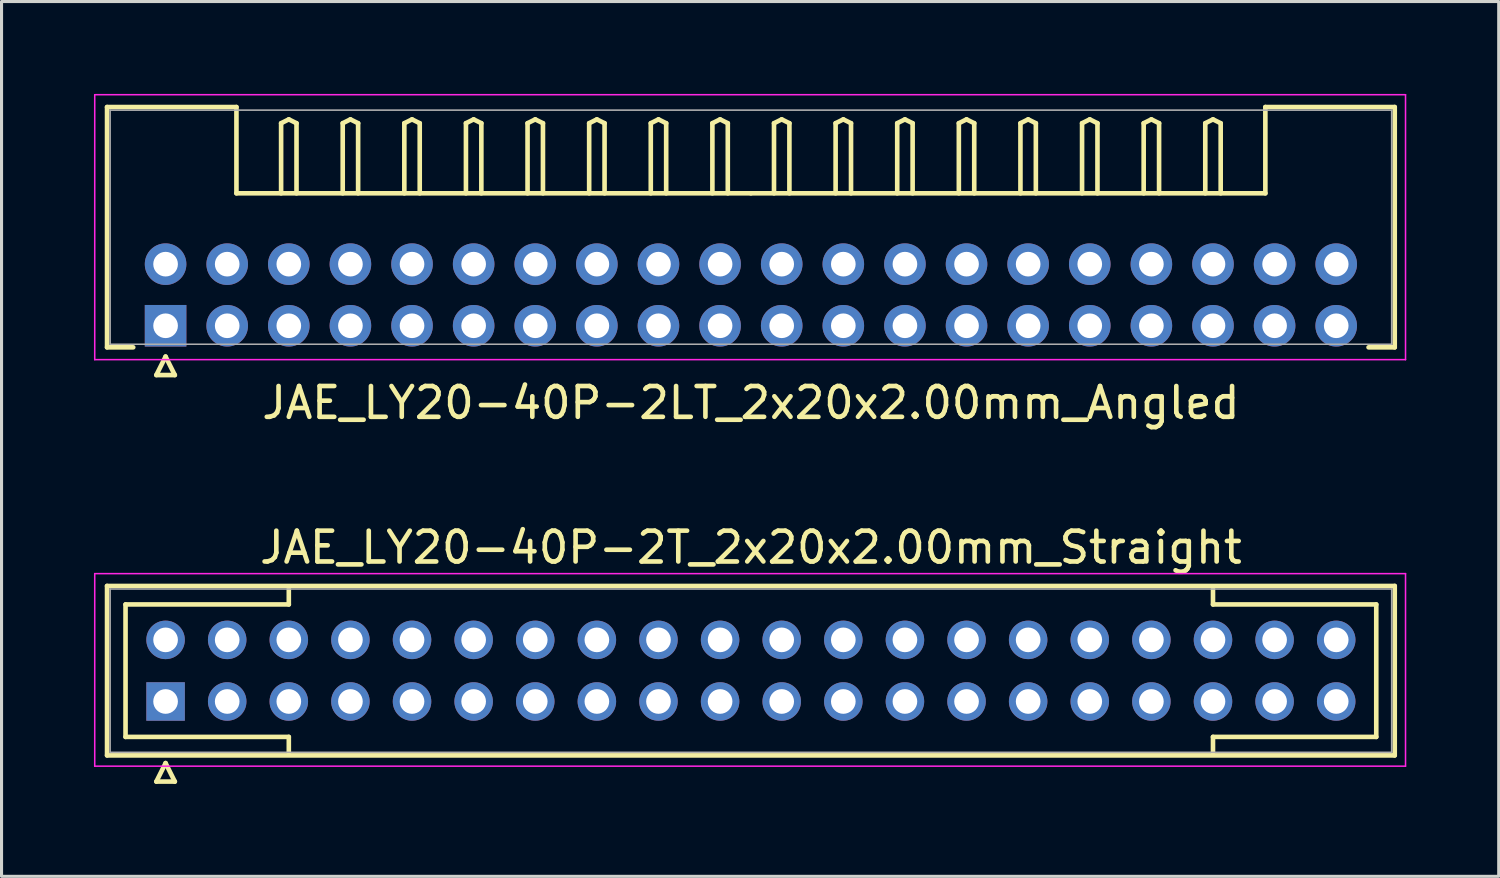
<source format=kicad_pcb>
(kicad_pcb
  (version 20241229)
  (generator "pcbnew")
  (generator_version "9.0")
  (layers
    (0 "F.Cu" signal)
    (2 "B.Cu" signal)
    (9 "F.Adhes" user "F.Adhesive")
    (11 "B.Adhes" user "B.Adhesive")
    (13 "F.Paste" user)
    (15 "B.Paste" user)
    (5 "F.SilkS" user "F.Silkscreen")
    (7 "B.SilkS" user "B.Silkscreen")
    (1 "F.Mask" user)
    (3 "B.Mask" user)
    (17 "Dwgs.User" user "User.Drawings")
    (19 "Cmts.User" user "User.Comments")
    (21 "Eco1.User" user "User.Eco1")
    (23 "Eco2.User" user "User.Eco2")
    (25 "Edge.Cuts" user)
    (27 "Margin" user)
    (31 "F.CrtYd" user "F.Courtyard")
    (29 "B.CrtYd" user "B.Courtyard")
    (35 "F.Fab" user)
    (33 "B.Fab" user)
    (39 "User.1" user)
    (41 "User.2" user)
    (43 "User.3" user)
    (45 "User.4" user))
  (footprint "JAE_LY20-40P-2T_2x20x2.00mm_Straight"
    (layer "F.Cu")
    (at 2.325 19.721)
    (property "Reference" "JAE_LY20-40P-2T_2x20x2.00mm_Straight" (at 19 -5 0) (layer "F.SilkS") (effects (font (size 1 1) (thickness 0.15))))
    (attr through_hole)
    (fp_line (start -1.9 -3.75) (end -1.9 1.75) (stroke (width 0.15) (type solid)) (layer "F.SilkS"))
    (fp_line (start -1.9 1.75) (end 39.9 1.75) (stroke (width 0.15) (type solid)) (layer "F.SilkS"))
    (fp_line (start -1.3 -3.15) (end 4 -3.15) (stroke (width 0.15) (type solid)) (layer "F.SilkS"))
    (fp_line (start -1.3 1.15) (end -1.3 -3.15) (stroke (width 0.15) (type solid)) (layer "F.SilkS"))
    (fp_line (start -0.3 2.6) (end 0.3 2.6) (stroke (width 0.15) (type solid)) (layer "F.SilkS"))
    (fp_line (start 0 2) (end -0.3 2.6) (stroke (width 0.15) (type solid)) (layer "F.SilkS"))
    (fp_line (start 0.3 2.6) (end 0 2) (stroke (width 0.15) (type solid)) (layer "F.SilkS"))
    (fp_line (start 4 -3.15) (end 4 -3.65) (stroke (width 0.15) (type solid)) (layer "F.SilkS"))
    (fp_line (start 4 1.15) (end -1.3 1.15) (stroke (width 0.15) (type solid)) (layer "F.SilkS"))
    (fp_line (start 4 1.65) (end 4 1.15) (stroke (width 0.15) (type solid)) (layer "F.SilkS"))
    (fp_line (start 34 -3.15) (end 34 -3.65) (stroke (width 0.15) (type solid)) (layer "F.SilkS"))
    (fp_line (start 34 1.15) (end 39.3 1.15) (stroke (width 0.15) (type solid)) (layer "F.SilkS"))
    (fp_line (start 34 1.65) (end 34 1.15) (stroke (width 0.15) (type solid)) (layer "F.SilkS"))
    (fp_line (start 39.3 -3.15) (end 34 -3.15) (stroke (width 0.15) (type solid)) (layer "F.SilkS"))
    (fp_line (start 39.3 1.15) (end 39.3 -3.15) (stroke (width 0.15) (type solid)) (layer "F.SilkS"))
    (fp_line (start 39.9 -3.75) (end -1.9 -3.75) (stroke (width 0.15) (type solid)) (layer "F.SilkS"))
    (fp_line (start 39.9 1.75) (end 39.9 -3.75) (stroke (width 0.15) (type solid)) (layer "F.SilkS"))
    (fp_line (start -2.3 -4.15) (end -2.3 2.1) (stroke (width 0.05) (type solid)) (layer "F.CrtYd"))
    (fp_line (start -2.3 2.1) (end 40.25 2.1) (stroke (width 0.05) (type solid)) (layer "F.CrtYd"))
    (fp_line (start 40.25 -4.15) (end -2.3 -4.15) (stroke (width 0.05) (type solid)) (layer "F.CrtYd"))
    (fp_line (start 40.25 2.1) (end 40.25 -4.15) (stroke (width 0.05) (type solid)) (layer "F.CrtYd"))
    (fp_line (start -1.8 -3.65) (end -1.8 1.65) (stroke (width 0.05) (type solid)) (layer "F.Fab"))
    (fp_line (start -1.8 1.65) (end 39.8 1.65) (stroke (width 0.05) (type solid)) (layer "F.Fab"))
    (fp_line (start 39.8 -3.65) (end -1.8 -3.65) (stroke (width 0.05) (type solid)) (layer "F.Fab"))
    (fp_line (start 39.8 1.65) (end 39.8 -3.65) (stroke (width 0.05) (type solid)) (layer "F.Fab"))
    (pad "1" thru_hole rect (at 0 0) (size 1.25 1.25) (drill 0.8) (layers "*.Cu" "*.Mask"))
    (pad "2" thru_hole circle (at 2 0) (size 1.25 1.25) (drill 0.8) (layers "*.Cu" "*.Mask"))
    (pad "3" thru_hole circle (at 4 0) (size 1.25 1.25) (drill 0.8) (layers "*.Cu" "*.Mask"))
    (pad "4" thru_hole circle (at 6 0) (size 1.25 1.25) (drill 0.8) (layers "*.Cu" "*.Mask"))
    (pad "5" thru_hole circle (at 8 0) (size 1.25 1.25) (drill 0.8) (layers "*.Cu" "*.Mask"))
    (pad "6" thru_hole circle (at 10 0) (size 1.25 1.25) (drill 0.8) (layers "*.Cu" "*.Mask"))
    (pad "7" thru_hole circle (at 12 0) (size 1.25 1.25) (drill 0.8) (layers "*.Cu" "*.Mask"))
    (pad "8" thru_hole circle (at 14 0) (size 1.25 1.25) (drill 0.8) (layers "*.Cu" "*.Mask"))
    (pad "9" thru_hole circle (at 16 0) (size 1.25 1.25) (drill 0.8) (layers "*.Cu" "*.Mask"))
    (pad "10" thru_hole circle (at 18 0) (size 1.25 1.25) (drill 0.8) (layers "*.Cu" "*.Mask"))
    (pad "11" thru_hole circle (at 20 0) (size 1.25 1.25) (drill 0.8) (layers "*.Cu" "*.Mask"))
    (pad "12" thru_hole circle (at 22 0) (size 1.25 1.25) (drill 0.8) (layers "*.Cu" "*.Mask"))
    (pad "13" thru_hole circle (at 24 0) (size 1.25 1.25) (drill 0.8) (layers "*.Cu" "*.Mask"))
    (pad "14" thru_hole circle (at 26 0) (size 1.25 1.25) (drill 0.8) (layers "*.Cu" "*.Mask"))
    (pad "15" thru_hole circle (at 28 0) (size 1.25 1.25) (drill 0.8) (layers "*.Cu" "*.Mask"))
    (pad "16" thru_hole circle (at 30 0) (size 1.25 1.25) (drill 0.8) (layers "*.Cu" "*.Mask"))
    (pad "17" thru_hole circle (at 32 0) (size 1.25 1.25) (drill 0.8) (layers "*.Cu" "*.Mask"))
    (pad "18" thru_hole circle (at 34 0) (size 1.25 1.25) (drill 0.8) (layers "*.Cu" "*.Mask"))
    (pad "19" thru_hole circle (at 36 0) (size 1.25 1.25) (drill 0.8) (layers "*.Cu" "*.Mask"))
    (pad "20" thru_hole circle (at 38 0) (size 1.25 1.25) (drill 0.8) (layers "*.Cu" "*.Mask"))
    (pad "21" thru_hole circle (at 0 -2) (size 1.25 1.25) (drill 0.8) (layers "*.Cu" "*.Mask"))
    (pad "22" thru_hole circle (at 2 -2) (size 1.25 1.25) (drill 0.8) (layers "*.Cu" "*.Mask"))
    (pad "23" thru_hole circle (at 4 -2) (size 1.25 1.25) (drill 0.8) (layers "*.Cu" "*.Mask"))
    (pad "24" thru_hole circle (at 6 -2) (size 1.25 1.25) (drill 0.8) (layers "*.Cu" "*.Mask"))
    (pad "25" thru_hole circle (at 8 -2) (size 1.25 1.25) (drill 0.8) (layers "*.Cu" "*.Mask"))
    (pad "26" thru_hole circle (at 10 -2) (size 1.25 1.25) (drill 0.8) (layers "*.Cu" "*.Mask"))
    (pad "27" thru_hole circle (at 12 -2) (size 1.25 1.25) (drill 0.8) (layers "*.Cu" "*.Mask"))
    (pad "28" thru_hole circle (at 14 -2) (size 1.25 1.25) (drill 0.8) (layers "*.Cu" "*.Mask"))
    (pad "29" thru_hole circle (at 16 -2) (size 1.25 1.25) (drill 0.8) (layers "*.Cu" "*.Mask"))
    (pad "30" thru_hole circle (at 18 -2) (size 1.25 1.25) (drill 0.8) (layers "*.Cu" "*.Mask"))
    (pad "31" thru_hole circle (at 20 -2) (size 1.25 1.25) (drill 0.8) (layers "*.Cu" "*.Mask"))
    (pad "32" thru_hole circle (at 22 -2) (size 1.25 1.25) (drill 0.8) (layers "*.Cu" "*.Mask"))
    (pad "33" thru_hole circle (at 24 -2) (size 1.25 1.25) (drill 0.8) (layers "*.Cu" "*.Mask"))
    (pad "34" thru_hole circle (at 26 -2) (size 1.25 1.25) (drill 0.8) (layers "*.Cu" "*.Mask"))
    (pad "35" thru_hole circle (at 28 -2) (size 1.25 1.25) (drill 0.8) (layers "*.Cu" "*.Mask"))
    (pad "36" thru_hole circle (at 30 -2) (size 1.25 1.25) (drill 0.8) (layers "*.Cu" "*.Mask"))
    (pad "37" thru_hole circle (at 32 -2) (size 1.25 1.25) (drill 0.8) (layers "*.Cu" "*.Mask"))
    (pad "38" thru_hole circle (at 34 -2) (size 1.25 1.25) (drill 0.8) (layers "*.Cu" "*.Mask"))
    (pad "39" thru_hole circle (at 36 -2) (size 1.25 1.25) (drill 0.8) (layers "*.Cu" "*.Mask"))
    (pad "40" thru_hole circle (at 38 -2) (size 1.25 1.25) (drill 0.8) (layers "*.Cu" "*.Mask")))
  (footprint "JAE_LY20-40P-2LT_2x20x2.00mm_Angled"
    (layer "F.Cu")
    (at 2.325 7.525)
    (property "Reference" "JAE_LY20-40P-2LT_2x20x2.00mm_Angled" (at 19 2.5 0) (layer "F.SilkS") (effects (font (size 1 1) (thickness 0.15))))
    (attr through_hole)
    (fp_line (start -1.9 -7.1) (end 2.3 -7.1) (stroke (width 0.15) (type solid)) (layer "F.SilkS"))
    (fp_line (start -1.9 0.7) (end -1.9 -7.1) (stroke (width 0.15) (type solid)) (layer "F.SilkS"))
    (fp_line (start -1.05 0.7) (end -1.9 0.7) (stroke (width 0.15) (type solid)) (layer "F.SilkS"))
    (fp_line (start -0.3 1.6) (end 0.3 1.6) (stroke (width 0.15) (type solid)) (layer "F.SilkS"))
    (fp_line (start 0 1) (end -0.3 1.6) (stroke (width 0.15) (type solid)) (layer "F.SilkS"))
    (fp_line (start 0.3 1.6) (end 0 1) (stroke (width 0.15) (type solid)) (layer "F.SilkS"))
    (fp_line (start 2.3 -7.1) (end 2.3 -4.3) (stroke (width 0.15) (type solid)) (layer "F.SilkS"))
    (fp_line (start 2.3 -4.3) (end 19 -4.3) (stroke (width 0.15) (type solid)) (layer "F.SilkS"))
    (fp_line (start 3.75 -6.575) (end 4 -6.7) (stroke (width 0.15) (type solid)) (layer "F.SilkS"))
    (fp_line (start 3.75 -4.3) (end 3.75 -6.575) (stroke (width 0.15) (type solid)) (layer "F.SilkS"))
    (fp_line (start 4 -6.7) (end 4.25 -6.575) (stroke (width 0.15) (type solid)) (layer "F.SilkS"))
    (fp_line (start 4.25 -6.575) (end 4.25 -4.3) (stroke (width 0.15) (type solid)) (layer "F.SilkS"))
    (fp_line (start 5.75 -6.575) (end 6 -6.7) (stroke (width 0.15) (type solid)) (layer "F.SilkS"))
    (fp_line (start 5.75 -4.3) (end 5.75 -6.575) (stroke (width 0.15) (type solid)) (layer "F.SilkS"))
    (fp_line (start 6 -6.7) (end 6.25 -6.575) (stroke (width 0.15) (type solid)) (layer "F.SilkS"))
    (fp_line (start 6.25 -6.575) (end 6.25 -4.3) (stroke (width 0.15) (type solid)) (layer "F.SilkS"))
    (fp_line (start 7.75 -6.575) (end 8 -6.7) (stroke (width 0.15) (type solid)) (layer "F.SilkS"))
    (fp_line (start 7.75 -4.3) (end 7.75 -6.575) (stroke (width 0.15) (type solid)) (layer "F.SilkS"))
    (fp_line (start 8 -6.7) (end 8.25 -6.575) (stroke (width 0.15) (type solid)) (layer "F.SilkS"))
    (fp_line (start 8.25 -6.575) (end 8.25 -4.3) (stroke (width 0.15) (type solid)) (layer "F.SilkS"))
    (fp_line (start 9.75 -6.575) (end 10 -6.7) (stroke (width 0.15) (type solid)) (layer "F.SilkS"))
    (fp_line (start 9.75 -4.3) (end 9.75 -6.575) (stroke (width 0.15) (type solid)) (layer "F.SilkS"))
    (fp_line (start 10 -6.7) (end 10.25 -6.575) (stroke (width 0.15) (type solid)) (layer "F.SilkS"))
    (fp_line (start 10.25 -6.575) (end 10.25 -4.3) (stroke (width 0.15) (type solid)) (layer "F.SilkS"))
    (fp_line (start 11.75 -6.575) (end 12 -6.7) (stroke (width 0.15) (type solid)) (layer "F.SilkS"))
    (fp_line (start 11.75 -4.3) (end 11.75 -6.575) (stroke (width 0.15) (type solid)) (layer "F.SilkS"))
    (fp_line (start 12 -6.7) (end 12.25 -6.575) (stroke (width 0.15) (type solid)) (layer "F.SilkS"))
    (fp_line (start 12.25 -6.575) (end 12.25 -4.3) (stroke (width 0.15) (type solid)) (layer "F.SilkS"))
    (fp_line (start 13.75 -6.575) (end 14 -6.7) (stroke (width 0.15) (type solid)) (layer "F.SilkS"))
    (fp_line (start 13.75 -4.3) (end 13.75 -6.575) (stroke (width 0.15) (type solid)) (layer "F.SilkS"))
    (fp_line (start 14 -6.7) (end 14.25 -6.575) (stroke (width 0.15) (type solid)) (layer "F.SilkS"))
    (fp_line (start 14.25 -6.575) (end 14.25 -4.3) (stroke (width 0.15) (type solid)) (layer "F.SilkS"))
    (fp_line (start 15.75 -6.575) (end 16 -6.7) (stroke (width 0.15) (type solid)) (layer "F.SilkS"))
    (fp_line (start 15.75 -4.3) (end 15.75 -6.575) (stroke (width 0.15) (type solid)) (layer "F.SilkS"))
    (fp_line (start 16 -6.7) (end 16.25 -6.575) (stroke (width 0.15) (type solid)) (layer "F.SilkS"))
    (fp_line (start 16.25 -6.575) (end 16.25 -4.3) (stroke (width 0.15) (type solid)) (layer "F.SilkS"))
    (fp_line (start 17.75 -6.575) (end 18 -6.7) (stroke (width 0.15) (type solid)) (layer "F.SilkS"))
    (fp_line (start 17.75 -4.3) (end 17.75 -6.575) (stroke (width 0.15) (type solid)) (layer "F.SilkS"))
    (fp_line (start 18 -6.7) (end 18.25 -6.575) (stroke (width 0.15) (type solid)) (layer "F.SilkS"))
    (fp_line (start 18.25 -6.575) (end 18.25 -4.3) (stroke (width 0.15) (type solid)) (layer "F.SilkS"))
    (fp_line (start 19.75 -6.575) (end 20 -6.7) (stroke (width 0.15) (type solid)) (layer "F.SilkS"))
    (fp_line (start 19.75 -4.3) (end 19.75 -6.575) (stroke (width 0.15) (type solid)) (layer "F.SilkS"))
    (fp_line (start 20 -6.7) (end 20.25 -6.575) (stroke (width 0.15) (type solid)) (layer "F.SilkS"))
    (fp_line (start 20.25 -6.575) (end 20.25 -4.3) (stroke (width 0.15) (type solid)) (layer "F.SilkS"))
    (fp_line (start 21.75 -6.575) (end 22 -6.7) (stroke (width 0.15) (type solid)) (layer "F.SilkS"))
    (fp_line (start 21.75 -4.3) (end 21.75 -6.575) (stroke (width 0.15) (type solid)) (layer "F.SilkS"))
    (fp_line (start 22 -6.7) (end 22.25 -6.575) (stroke (width 0.15) (type solid)) (layer "F.SilkS"))
    (fp_line (start 22.25 -6.575) (end 22.25 -4.3) (stroke (width 0.15) (type solid)) (layer "F.SilkS"))
    (fp_line (start 23.75 -6.575) (end 24 -6.7) (stroke (width 0.15) (type solid)) (layer "F.SilkS"))
    (fp_line (start 23.75 -4.3) (end 23.75 -6.575) (stroke (width 0.15) (type solid)) (layer "F.SilkS"))
    (fp_line (start 24 -6.7) (end 24.25 -6.575) (stroke (width 0.15) (type solid)) (layer "F.SilkS"))
    (fp_line (start 24.25 -6.575) (end 24.25 -4.3) (stroke (width 0.15) (type solid)) (layer "F.SilkS"))
    (fp_line (start 25.75 -6.575) (end 26 -6.7) (stroke (width 0.15) (type solid)) (layer "F.SilkS"))
    (fp_line (start 25.75 -4.3) (end 25.75 -6.575) (stroke (width 0.15) (type solid)) (layer "F.SilkS"))
    (fp_line (start 26 -6.7) (end 26.25 -6.575) (stroke (width 0.15) (type solid)) (layer "F.SilkS"))
    (fp_line (start 26.25 -6.575) (end 26.25 -4.3) (stroke (width 0.15) (type solid)) (layer "F.SilkS"))
    (fp_line (start 27.75 -6.575) (end 28 -6.7) (stroke (width 0.15) (type solid)) (layer "F.SilkS"))
    (fp_line (start 27.75 -4.3) (end 27.75 -6.575) (stroke (width 0.15) (type solid)) (layer "F.SilkS"))
    (fp_line (start 28 -6.7) (end 28.25 -6.575) (stroke (width 0.15) (type solid)) (layer "F.SilkS"))
    (fp_line (start 28.25 -6.575) (end 28.25 -4.3) (stroke (width 0.15) (type solid)) (layer "F.SilkS"))
    (fp_line (start 29.75 -6.575) (end 30 -6.7) (stroke (width 0.15) (type solid)) (layer "F.SilkS"))
    (fp_line (start 29.75 -4.3) (end 29.75 -6.575) (stroke (width 0.15) (type solid)) (layer "F.SilkS"))
    (fp_line (start 30 -6.7) (end 30.25 -6.575) (stroke (width 0.15) (type solid)) (layer "F.SilkS"))
    (fp_line (start 30.25 -6.575) (end 30.25 -4.3) (stroke (width 0.15) (type solid)) (layer "F.SilkS"))
    (fp_line (start 31.75 -6.575) (end 32 -6.7) (stroke (width 0.15) (type solid)) (layer "F.SilkS"))
    (fp_line (start 31.75 -4.3) (end 31.75 -6.575) (stroke (width 0.15) (type solid)) (layer "F.SilkS"))
    (fp_line (start 32 -6.7) (end 32.25 -6.575) (stroke (width 0.15) (type solid)) (layer "F.SilkS"))
    (fp_line (start 32.25 -6.575) (end 32.25 -4.3) (stroke (width 0.15) (type solid)) (layer "F.SilkS"))
    (fp_line (start 33.75 -6.575) (end 34 -6.7) (stroke (width 0.15) (type solid)) (layer "F.SilkS"))
    (fp_line (start 33.75 -4.3) (end 33.75 -6.575) (stroke (width 0.15) (type solid)) (layer "F.SilkS"))
    (fp_line (start 34 -6.7) (end 34.25 -6.575) (stroke (width 0.15) (type solid)) (layer "F.SilkS"))
    (fp_line (start 34.25 -6.575) (end 34.25 -4.3) (stroke (width 0.15) (type solid)) (layer "F.SilkS"))
    (fp_line (start 35.7 -7.1) (end 35.7 -4.3) (stroke (width 0.15) (type solid)) (layer "F.SilkS"))
    (fp_line (start 35.7 -4.3) (end 19 -4.3) (stroke (width 0.15) (type solid)) (layer "F.SilkS"))
    (fp_line (start 39.05 0.7) (end 39.9 0.7) (stroke (width 0.15) (type solid)) (layer "F.SilkS"))
    (fp_line (start 39.9 -7.1) (end 35.7 -7.1) (stroke (width 0.15) (type solid)) (layer "F.SilkS"))
    (fp_line (start 39.9 0.7) (end 39.9 -7.1) (stroke (width 0.15) (type solid)) (layer "F.SilkS"))
    (fp_line (start -2.3 -7.5) (end -2.3 1.1) (stroke (width 0.05) (type solid)) (layer "F.CrtYd"))
    (fp_line (start -2.3 1.1) (end 40.25 1.1) (stroke (width 0.05) (type solid)) (layer "F.CrtYd"))
    (fp_line (start 40.25 -7.5) (end -2.3 -7.5) (stroke (width 0.05) (type solid)) (layer "F.CrtYd"))
    (fp_line (start 40.25 1.1) (end 40.25 -7.5) (stroke (width 0.05) (type solid)) (layer "F.CrtYd"))
    (fp_line (start -1.8 -7) (end -1.8 0.6) (stroke (width 0.05) (type solid)) (layer "F.Fab"))
    (fp_line (start -1.8 0.6) (end 39.8 0.6) (stroke (width 0.05) (type solid)) (layer "F.Fab"))
    (fp_line (start 39.8 -7) (end -1.8 -7) (stroke (width 0.05) (type solid)) (layer "F.Fab"))
    (fp_line (start 39.8 0.6) (end 39.8 -7) (stroke (width 0.05) (type solid)) (layer "F.Fab"))
    (pad "1" thru_hole rect (at 0 0) (size 1.35 1.35) (drill 0.8) (layers "*.Cu" "*.Mask"))
    (pad "2" thru_hole circle (at 2 0) (size 1.35 1.35) (drill 0.8) (layers "*.Cu" "*.Mask"))
    (pad "3" thru_hole circle (at 4 0) (size 1.35 1.35) (drill 0.8) (layers "*.Cu" "*.Mask"))
    (pad "4" thru_hole circle (at 6 0) (size 1.35 1.35) (drill 0.8) (layers "*.Cu" "*.Mask"))
    (pad "5" thru_hole circle (at 8 0) (size 1.35 1.35) (drill 0.8) (layers "*.Cu" "*.Mask"))
    (pad "6" thru_hole circle (at 10 0) (size 1.35 1.35) (drill 0.8) (layers "*.Cu" "*.Mask"))
    (pad "7" thru_hole circle (at 12 0) (size 1.35 1.35) (drill 0.8) (layers "*.Cu" "*.Mask"))
    (pad "8" thru_hole circle (at 14 0) (size 1.35 1.35) (drill 0.8) (layers "*.Cu" "*.Mask"))
    (pad "9" thru_hole circle (at 16 0) (size 1.35 1.35) (drill 0.8) (layers "*.Cu" "*.Mask"))
    (pad "10" thru_hole circle (at 18 0) (size 1.35 1.35) (drill 0.8) (layers "*.Cu" "*.Mask"))
    (pad "11" thru_hole circle (at 20 0) (size 1.35 1.35) (drill 0.8) (layers "*.Cu" "*.Mask"))
    (pad "12" thru_hole circle (at 22 0) (size 1.35 1.35) (drill 0.8) (layers "*.Cu" "*.Mask"))
    (pad "13" thru_hole circle (at 24 0) (size 1.35 1.35) (drill 0.8) (layers "*.Cu" "*.Mask"))
    (pad "14" thru_hole circle (at 26 0) (size 1.35 1.35) (drill 0.8) (layers "*.Cu" "*.Mask"))
    (pad "15" thru_hole circle (at 28 0) (size 1.35 1.35) (drill 0.8) (layers "*.Cu" "*.Mask"))
    (pad "16" thru_hole circle (at 30 0) (size 1.35 1.35) (drill 0.8) (layers "*.Cu" "*.Mask"))
    (pad "17" thru_hole circle (at 32 0) (size 1.35 1.35) (drill 0.8) (layers "*.Cu" "*.Mask"))
    (pad "18" thru_hole circle (at 34 0) (size 1.35 1.35) (drill 0.8) (layers "*.Cu" "*.Mask"))
    (pad "19" thru_hole circle (at 36 0) (size 1.35 1.35) (drill 0.8) (layers "*.Cu" "*.Mask"))
    (pad "20" thru_hole circle (at 38 0) (size 1.35 1.35) (drill 0.8) (layers "*.Cu" "*.Mask"))
    (pad "21" thru_hole circle (at 0 -2) (size 1.35 1.35) (drill 0.8) (layers "*.Cu" "*.Mask"))
    (pad "22" thru_hole circle (at 2 -2) (size 1.35 1.35) (drill 0.8) (layers "*.Cu" "*.Mask"))
    (pad "23" thru_hole circle (at 4 -2) (size 1.35 1.35) (drill 0.8) (layers "*.Cu" "*.Mask"))
    (pad "24" thru_hole circle (at 6 -2) (size 1.35 1.35) (drill 0.8) (layers "*.Cu" "*.Mask"))
    (pad "25" thru_hole circle (at 8 -2) (size 1.35 1.35) (drill 0.8) (layers "*.Cu" "*.Mask"))
    (pad "26" thru_hole circle (at 10 -2) (size 1.35 1.35) (drill 0.8) (layers "*.Cu" "*.Mask"))
    (pad "27" thru_hole circle (at 12 -2) (size 1.35 1.35) (drill 0.8) (layers "*.Cu" "*.Mask"))
    (pad "28" thru_hole circle (at 14 -2) (size 1.35 1.35) (drill 0.8) (layers "*.Cu" "*.Mask"))
    (pad "29" thru_hole circle (at 16 -2) (size 1.35 1.35) (drill 0.8) (layers "*.Cu" "*.Mask"))
    (pad "30" thru_hole circle (at 18 -2) (size 1.35 1.35) (drill 0.8) (layers "*.Cu" "*.Mask"))
    (pad "31" thru_hole circle (at 20 -2) (size 1.35 1.35) (drill 0.8) (layers "*.Cu" "*.Mask"))
    (pad "32" thru_hole circle (at 22 -2) (size 1.35 1.35) (drill 0.8) (layers "*.Cu" "*.Mask"))
    (pad "33" thru_hole circle (at 24 -2) (size 1.35 1.35) (drill 0.8) (layers "*.Cu" "*.Mask"))
    (pad "34" thru_hole circle (at 26 -2) (size 1.35 1.35) (drill 0.8) (layers "*.Cu" "*.Mask"))
    (pad "35" thru_hole circle (at 28 -2) (size 1.35 1.35) (drill 0.8) (layers "*.Cu" "*.Mask"))
    (pad "36" thru_hole circle (at 30 -2) (size 1.35 1.35) (drill 0.8) (layers "*.Cu" "*.Mask"))
    (pad "37" thru_hole circle (at 32 -2) (size 1.35 1.35) (drill 0.8) (layers "*.Cu" "*.Mask"))
    (pad "38" thru_hole circle (at 34 -2) (size 1.35 1.35) (drill 0.8) (layers "*.Cu" "*.Mask"))
    (pad "39" thru_hole circle (at 36 -2) (size 1.35 1.35) (drill 0.8) (layers "*.Cu" "*.Mask"))
    (pad "40" thru_hole circle (at 38 -2) (size 1.35 1.35) (drill 0.8) (layers "*.Cu" "*.Mask")))
  (gr_rect
    (start -3 -3)
    (end 45.6 25.396)
    (stroke (width 0.1) (type default))
    (fill no)
    (layer "Edge.Cuts")))
</source>
